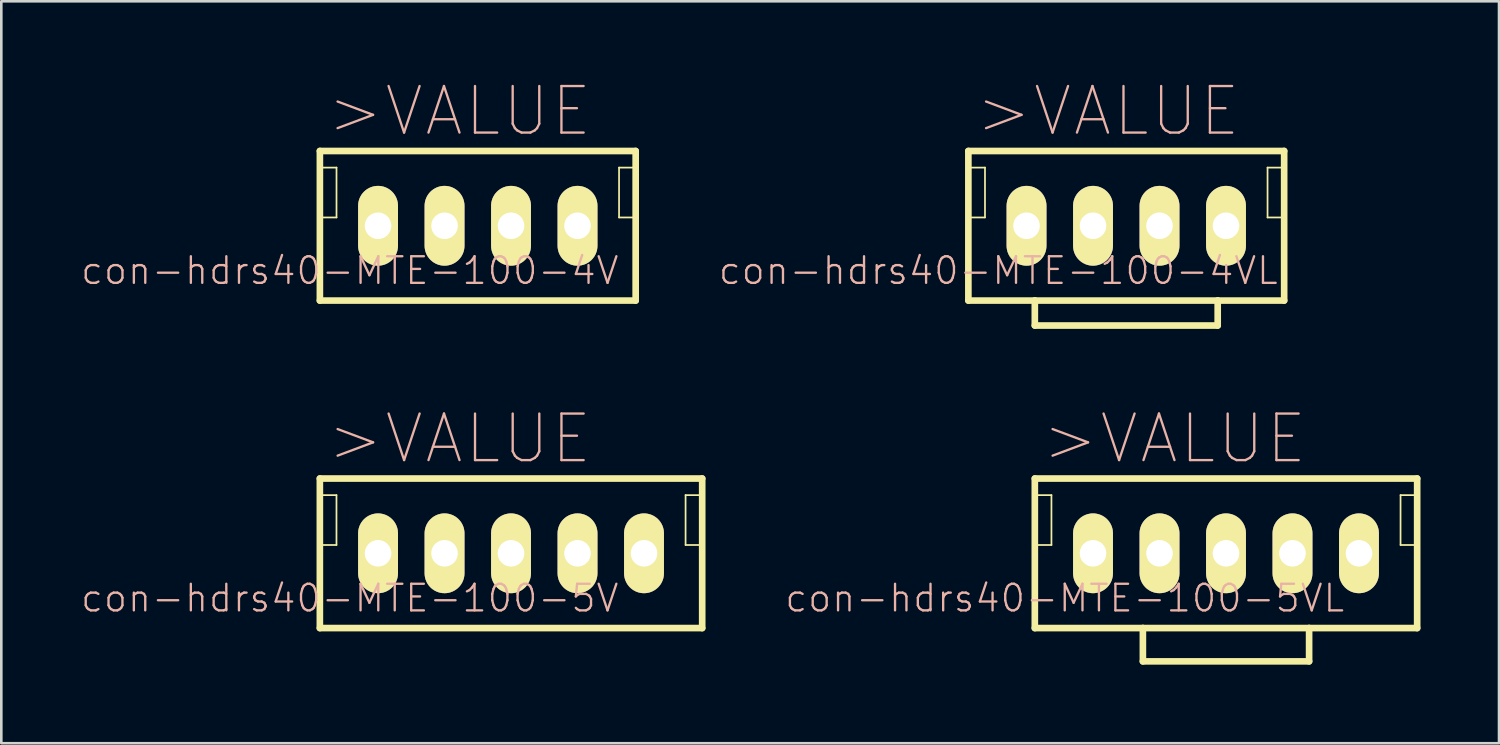
<source format=kicad_pcb>
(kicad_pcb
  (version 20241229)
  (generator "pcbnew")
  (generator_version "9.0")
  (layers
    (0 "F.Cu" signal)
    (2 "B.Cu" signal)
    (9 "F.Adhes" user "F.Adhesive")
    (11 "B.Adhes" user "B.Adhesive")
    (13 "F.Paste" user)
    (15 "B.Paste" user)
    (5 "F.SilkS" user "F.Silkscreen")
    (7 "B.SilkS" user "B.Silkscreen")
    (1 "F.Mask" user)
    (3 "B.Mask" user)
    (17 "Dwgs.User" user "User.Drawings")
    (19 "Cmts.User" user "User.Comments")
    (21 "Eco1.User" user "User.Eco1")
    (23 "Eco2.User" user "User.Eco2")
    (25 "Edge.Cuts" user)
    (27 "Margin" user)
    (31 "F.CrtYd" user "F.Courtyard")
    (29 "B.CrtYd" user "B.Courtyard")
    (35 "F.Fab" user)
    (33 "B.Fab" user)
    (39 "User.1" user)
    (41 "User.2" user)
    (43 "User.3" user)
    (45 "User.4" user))
  (footprint "con-hdrs40-MTE-100-4V"
    (layer "F.Cu")
    (at 15.202 5.575)
    (property "Reference" "con-hdrs40-MTE-100-4V" (at -4.889 1.714 0) (layer "B.SilkS") (effects (font (size 1.016 1.016) (thickness 0.089))))
    (attr exclude_from_pos_files exclude_from_bom)
    (fp_line (start -6.032 -2.857) (end -6.032 2.857) (stroke (width 0.254) (type solid)) (layer "F.SilkS"))
    (fp_line (start -6.032 -2.223) (end -5.397 -2.223) (stroke (width 0.066) (type solid)) (layer "F.SilkS"))
    (fp_line (start -6.032 -0.318) (end -6.032 -2.223) (stroke (width 0.066) (type solid)) (layer "F.SilkS"))
    (fp_line (start -6.032 -0.318) (end -5.397 -0.318) (stroke (width 0.066) (type solid)) (layer "F.SilkS"))
    (fp_line (start -6.032 2.857) (end 6.032 2.857) (stroke (width 0.254) (type solid)) (layer "F.SilkS"))
    (fp_line (start -5.397 -0.318) (end -5.397 -2.223) (stroke (width 0.066) (type solid)) (layer "F.SilkS"))
    (fp_line (start 5.397 -2.223) (end 6.032 -2.223) (stroke (width 0.066) (type solid)) (layer "F.SilkS"))
    (fp_line (start 5.397 -0.318) (end 5.397 -2.223) (stroke (width 0.066) (type solid)) (layer "F.SilkS"))
    (fp_line (start 5.397 -0.318) (end 6.032 -0.318) (stroke (width 0.066) (type solid)) (layer "F.SilkS"))
    (fp_line (start 6.032 -2.857) (end -6.032 -2.857) (stroke (width 0.254) (type solid)) (layer "F.SilkS"))
    (fp_line (start 6.032 -0.318) (end 6.032 -2.223) (stroke (width 0.066) (type solid)) (layer "F.SilkS"))
    (fp_line (start 6.032 2.857) (end 6.032 -2.857) (stroke (width 0.254) (type solid)) (layer "F.SilkS"))
    (fp_text user ">VALUE" (at -0.699 -4.379 0) (layer "B.SilkS") (effects (font (size 1.778 1.778) (thickness 0.089))))
    (pad "1" thru_hole oval (at -3.81 0) (size 1.524 3.048) (drill 1.016) (layers "*.Cu" "F.Mask" "F.SilkS" "F.Paste"))
    (pad "2" thru_hole oval (at -1.27 0) (size 1.524 3.048) (drill 1.016) (layers "*.Cu" "F.Mask" "F.SilkS" "F.Paste"))
    (pad "3" thru_hole oval (at 1.27 0) (size 1.524 3.048) (drill 1.016) (layers "*.Cu" "F.Mask" "F.SilkS" "F.Paste"))
    (pad "4" thru_hole oval (at 3.81 0) (size 1.524 3.048) (drill 1.016) (layers "*.Cu" "F.Mask" "F.SilkS" "F.Paste")))
  (footprint "con-hdrs40-MTE-100-4VL"
    (layer "F.Cu")
    (at 39.975 5.575)
    (property "Reference" "con-hdrs40-MTE-100-4VL" (at -4.889 1.714 0) (layer "B.SilkS") (effects (font (size 1.016 1.016) (thickness 0.089))))
    (attr exclude_from_pos_files exclude_from_bom)
    (fp_line (start -6.032 -2.857) (end -6.032 2.857) (stroke (width 0.254) (type solid)) (layer "F.SilkS"))
    (fp_line (start -6.032 -2.223) (end -5.397 -2.223) (stroke (width 0.066) (type solid)) (layer "F.SilkS"))
    (fp_line (start -6.032 -0.318) (end -6.032 -2.223) (stroke (width 0.066) (type solid)) (layer "F.SilkS"))
    (fp_line (start -6.032 -0.318) (end -5.397 -0.318) (stroke (width 0.066) (type solid)) (layer "F.SilkS"))
    (fp_line (start -6.032 2.857) (end -3.493 2.857) (stroke (width 0.254) (type solid)) (layer "F.SilkS"))
    (fp_line (start -5.397 -0.318) (end -5.397 -2.223) (stroke (width 0.066) (type solid)) (layer "F.SilkS"))
    (fp_line (start -3.493 2.857) (end 3.493 2.857) (stroke (width 0.254) (type solid)) (layer "F.SilkS"))
    (fp_line (start -3.493 3.81) (end -3.493 2.857) (stroke (width 0.254) (type solid)) (layer "F.SilkS"))
    (fp_line (start 3.493 2.857) (end 3.493 3.81) (stroke (width 0.254) (type solid)) (layer "F.SilkS"))
    (fp_line (start 3.493 2.857) (end 6.032 2.857) (stroke (width 0.254) (type solid)) (layer "F.SilkS"))
    (fp_line (start 3.493 3.81) (end -3.493 3.81) (stroke (width 0.254) (type solid)) (layer "F.SilkS"))
    (fp_line (start 5.397 -2.223) (end 6.032 -2.223) (stroke (width 0.066) (type solid)) (layer "F.SilkS"))
    (fp_line (start 5.397 -0.318) (end 5.397 -2.223) (stroke (width 0.066) (type solid)) (layer "F.SilkS"))
    (fp_line (start 5.397 -0.318) (end 6.032 -0.318) (stroke (width 0.066) (type solid)) (layer "F.SilkS"))
    (fp_line (start 6.032 -2.857) (end -6.032 -2.857) (stroke (width 0.254) (type solid)) (layer "F.SilkS"))
    (fp_line (start 6.032 -0.318) (end 6.032 -2.223) (stroke (width 0.066) (type solid)) (layer "F.SilkS"))
    (fp_line (start 6.032 2.857) (end 6.032 -2.857) (stroke (width 0.254) (type solid)) (layer "F.SilkS"))
    (fp_text user ">VALUE" (at -0.699 -4.379 0) (layer "B.SilkS") (effects (font (size 1.778 1.778) (thickness 0.089))))
    (pad "1" thru_hole oval (at -3.81 0) (size 1.524 3.048) (drill 1.016) (layers "*.Cu" "F.Mask" "F.SilkS" "F.Paste"))
    (pad "2" thru_hole oval (at -1.27 0) (size 1.524 3.048) (drill 1.016) (layers "*.Cu" "F.Mask" "F.SilkS" "F.Paste"))
    (pad "3" thru_hole oval (at 1.27 0) (size 1.524 3.048) (drill 1.016) (layers "*.Cu" "F.Mask" "F.SilkS" "F.Paste"))
    (pad "4" thru_hole oval (at 3.81 0) (size 1.524 3.048) (drill 1.016) (layers "*.Cu" "F.Mask" "F.SilkS" "F.Paste")))
  (footprint "con-hdrs40-MTE-100-5V"
    (layer "F.Cu")
    (at 16.472 18.087)
    (property "Reference" "con-hdrs40-MTE-100-5V" (at -6.16 1.714 0) (layer "B.SilkS") (effects (font (size 1.016 1.016) (thickness 0.089))))
    (attr exclude_from_pos_files exclude_from_bom)
    (fp_line (start -7.303 -2.857) (end -7.303 2.857) (stroke (width 0.254) (type solid)) (layer "F.SilkS"))
    (fp_line (start -7.303 -2.223) (end -6.668 -2.223) (stroke (width 0.066) (type solid)) (layer "F.SilkS"))
    (fp_line (start -7.303 -0.318) (end -7.303 -2.223) (stroke (width 0.066) (type solid)) (layer "F.SilkS"))
    (fp_line (start -7.303 -0.318) (end -6.668 -0.318) (stroke (width 0.066) (type solid)) (layer "F.SilkS"))
    (fp_line (start -7.303 2.857) (end 7.303 2.857) (stroke (width 0.254) (type solid)) (layer "F.SilkS"))
    (fp_line (start -6.668 -0.318) (end -6.668 -2.223) (stroke (width 0.066) (type solid)) (layer "F.SilkS"))
    (fp_line (start 6.668 -2.223) (end 7.303 -2.223) (stroke (width 0.066) (type solid)) (layer "F.SilkS"))
    (fp_line (start 6.668 -0.318) (end 6.668 -2.223) (stroke (width 0.066) (type solid)) (layer "F.SilkS"))
    (fp_line (start 6.668 -0.318) (end 7.303 -0.318) (stroke (width 0.066) (type solid)) (layer "F.SilkS"))
    (fp_line (start 7.303 -2.857) (end -7.303 -2.857) (stroke (width 0.254) (type solid)) (layer "F.SilkS"))
    (fp_line (start 7.303 -0.318) (end 7.303 -2.223) (stroke (width 0.066) (type solid)) (layer "F.SilkS"))
    (fp_line (start 7.303 2.857) (end 7.303 -2.857) (stroke (width 0.254) (type solid)) (layer "F.SilkS"))
    (fp_text user ">VALUE" (at -1.968 -4.379 0) (layer "B.SilkS") (effects (font (size 1.778 1.778) (thickness 0.089))))
    (pad "1" thru_hole oval (at -5.08 0) (size 1.524 3.048) (drill 1.016) (layers "*.Cu" "F.Mask" "F.SilkS" "F.Paste"))
    (pad "2" thru_hole oval (at -2.54 0) (size 1.524 3.048) (drill 1.016) (layers "*.Cu" "F.Mask" "F.SilkS" "F.Paste"))
    (pad "3" thru_hole oval (at 0 0) (size 1.524 3.048) (drill 1.016) (layers "*.Cu" "F.Mask" "F.SilkS" "F.Paste"))
    (pad "4" thru_hole oval (at 2.54 0) (size 1.524 3.048) (drill 1.016) (layers "*.Cu" "F.Mask" "F.SilkS" "F.Paste"))
    (pad "5" thru_hole oval (at 5.08 0) (size 1.524 3.048) (drill 1.016) (layers "*.Cu" "F.Mask" "F.SilkS" "F.Paste")))
  (footprint "con-hdrs40-MTE-100-5VL"
    (layer "F.Cu")
    (at 43.785 18.087)
    (property "Reference" "con-hdrs40-MTE-100-5VL" (at -6.16 1.714 0) (layer "B.SilkS") (effects (font (size 1.016 1.016) (thickness 0.089))))
    (attr exclude_from_pos_files exclude_from_bom)
    (fp_line (start -7.303 -2.857) (end -7.303 2.857) (stroke (width 0.254) (type solid)) (layer "F.SilkS"))
    (fp_line (start -7.303 -2.223) (end -6.668 -2.223) (stroke (width 0.066) (type solid)) (layer "F.SilkS"))
    (fp_line (start -7.303 -0.318) (end -7.303 -2.223) (stroke (width 0.066) (type solid)) (layer "F.SilkS"))
    (fp_line (start -7.303 -0.318) (end -6.668 -0.318) (stroke (width 0.066) (type solid)) (layer "F.SilkS"))
    (fp_line (start -7.303 2.857) (end -3.175 2.857) (stroke (width 0.254) (type solid)) (layer "F.SilkS"))
    (fp_line (start -6.668 -0.318) (end -6.668 -2.223) (stroke (width 0.066) (type solid)) (layer "F.SilkS"))
    (fp_line (start -3.175 2.857) (end 3.175 2.857) (stroke (width 0.254) (type solid)) (layer "F.SilkS"))
    (fp_line (start -3.175 4.128) (end -3.175 2.857) (stroke (width 0.254) (type solid)) (layer "F.SilkS"))
    (fp_line (start 3.175 2.857) (end 3.175 4.128) (stroke (width 0.254) (type solid)) (layer "F.SilkS"))
    (fp_line (start 3.175 2.857) (end 7.303 2.857) (stroke (width 0.254) (type solid)) (layer "F.SilkS"))
    (fp_line (start 3.175 4.128) (end -3.175 4.128) (stroke (width 0.254) (type solid)) (layer "F.SilkS"))
    (fp_line (start 6.668 -2.223) (end 7.303 -2.223) (stroke (width 0.066) (type solid)) (layer "F.SilkS"))
    (fp_line (start 6.668 -0.318) (end 6.668 -2.223) (stroke (width 0.066) (type solid)) (layer "F.SilkS"))
    (fp_line (start 6.668 -0.318) (end 7.303 -0.318) (stroke (width 0.066) (type solid)) (layer "F.SilkS"))
    (fp_line (start 7.303 -2.857) (end -7.303 -2.857) (stroke (width 0.254) (type solid)) (layer "F.SilkS"))
    (fp_line (start 7.303 -0.318) (end 7.303 -2.223) (stroke (width 0.066) (type solid)) (layer "F.SilkS"))
    (fp_line (start 7.303 2.857) (end 7.303 -2.857) (stroke (width 0.254) (type solid)) (layer "F.SilkS"))
    (fp_text user ">VALUE" (at -1.968 -4.379 0) (layer "B.SilkS") (effects (font (size 1.778 1.778) (thickness 0.089))))
    (pad "1" thru_hole oval (at -5.08 0) (size 1.524 3.048) (drill 1.016) (layers "*.Cu" "F.Mask" "F.SilkS" "F.Paste"))
    (pad "2" thru_hole oval (at -2.54 0) (size 1.524 3.048) (drill 1.016) (layers "*.Cu" "F.Mask" "F.SilkS" "F.Paste"))
    (pad "3" thru_hole oval (at 0 0) (size 1.524 3.048) (drill 1.016) (layers "*.Cu" "F.Mask" "F.SilkS" "F.Paste"))
    (pad "4" thru_hole oval (at 2.54 0) (size 1.524 3.048) (drill 1.016) (layers "*.Cu" "F.Mask" "F.SilkS" "F.Paste"))
    (pad "5" thru_hole oval (at 5.08 0) (size 1.524 3.048) (drill 1.016) (layers "*.Cu" "F.Mask" "F.SilkS" "F.Paste")))
  (gr_rect
    (start -3 -3)
    (end 54.215 25.342)
    (stroke (width 0.1) (type default))
    (fill no)
    (layer "Edge.Cuts")))
</source>
